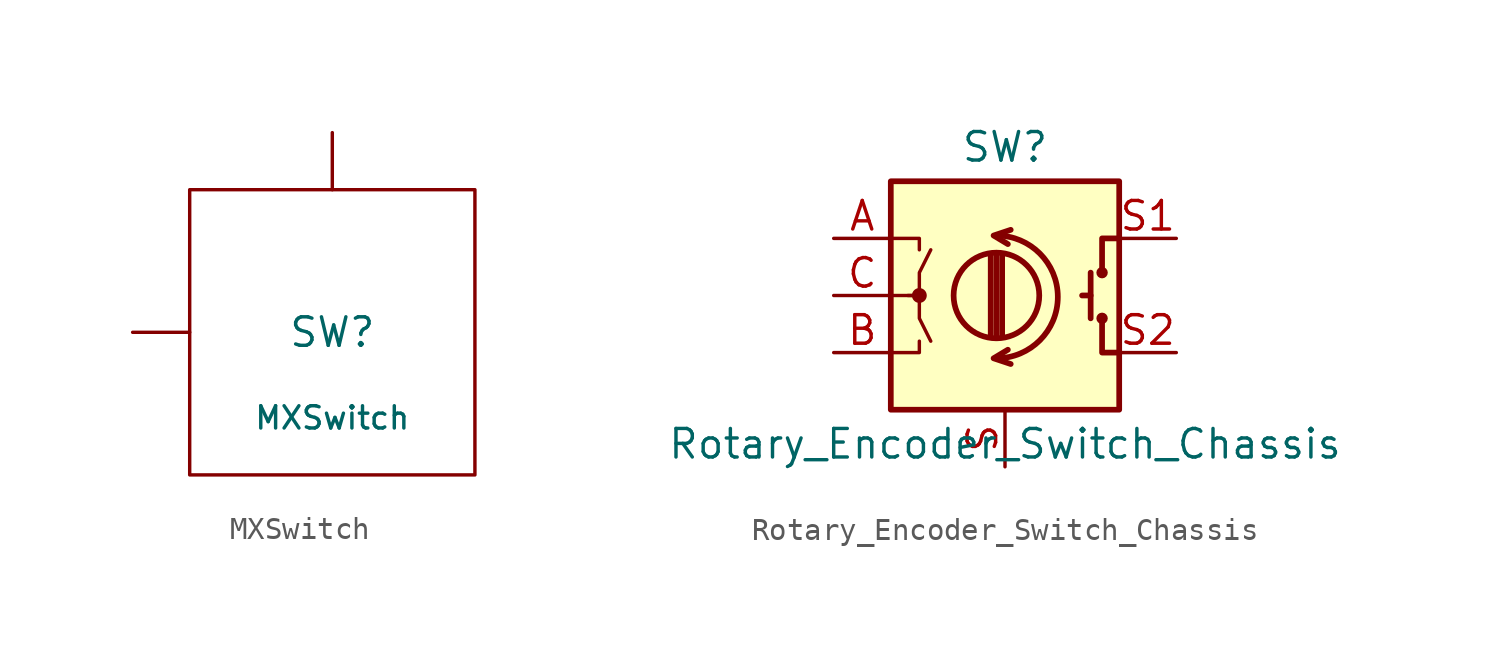
<source format=kicad_sym>
(kicad_symbol_lib
  (version 20211014)
  (generator kicad_symbol_editor)
  (symbol "MXSwitch"
    (pin_names
      (offset 1.016))
    (property "Reference" "SW"
      (at 0 0 0)
      (effects (font (size 1.27 1.27))))
    (property "Value" "MXSwitch"
      (at 0 -3.81 0)
      (effects (font (size 0.991 0.991))))
    (symbol "MXSwitch_0_1"
      (rectangle (start -6.35 6.35) (end 6.35 -6.35) (stroke (width 0) (type default) (color 0 0 0 0)) (fill (type none)))
      (polyline (pts (xy -6.35 0) (xy -8.89 0)) (stroke (width 0) (type default) (color 0 0 0 0)) (fill (type none)))
      (polyline (pts (xy 0 6.35) (xy 0 8.89)) (stroke (width 0) (type default) (color 0 0 0 0)) (fill (type none))))
    (symbol "MXSwitch_1_1"
      (pin passive line (at -8.89 0 0) (length 2.54) hide (name "Col" (effects (font (size 0.508 0.508)))) (number "1" (effects (font (size 0.508 0.508)))))
      (pin passive line (at 0 8.89 270) (length 2.54) hide (name "Row" (effects (font (size 0.508 0.508)))) (number "2" (effects (font (size 0.508 0.508)))))))
  (symbol "Rotary_Encoder_Switch_Chassis"
    (pin_names
      (offset 0.254) hide)
    (property "Reference" "SW"
      (at 0 6.604 0)
      (effects (font (size 1.27 1.27))))
    (property "Value" "Rotary_Encoder_Switch_Chassis"
      (at 0 -6.604 0)
      (effects (font (size 1.27 1.27))))
    (symbol "Rotary_Encoder_Switch_Chassis_0_1"
      (rectangle (start -5.08 5.08) (end 5.08 -5.08) (stroke (width 0.254) (type default) (color 0 0 0 0)) (fill (type background)))
      (circle (center -3.81 0) (radius 0.254) (stroke (width 0) (type default) (color 0 0 0 0)) (fill (type outline)))
      (arc (start -0.381 -2.794) (mid 2.3622 -0.0508) (end -0.381 2.667) (stroke (width 0.254) (type default) (color 0 0 0 0)) (fill (type none)))
      (circle (center -0.381 0) (radius 1.905) (stroke (width 0.254) (type default) (color 0 0 0 0)) (fill (type none)))
      (polyline (pts (xy -0.635 -1.778) (xy -0.635 1.778)) (stroke (width 0.254) (type default) (color 0 0 0 0)) (fill (type none)))
      (polyline (pts (xy -0.381 -1.778) (xy -0.381 1.778)) (stroke (width 0.254) (type default) (color 0 0 0 0)) (fill (type none)))
      (polyline (pts (xy -0.127 1.778) (xy -0.127 -1.778)) (stroke (width 0.254) (type default) (color 0 0 0 0)) (fill (type none)))
      (polyline (pts (xy 3.81 0) (xy 3.429 0)) (stroke (width 0.254) (type default) (color 0 0 0 0)) (fill (type none)))
      (polyline (pts (xy 3.81 1.016) (xy 3.81 -1.016)) (stroke (width 0.254) (type default) (color 0 0 0 0)) (fill (type none)))
      (polyline (pts (xy -5.08 -2.54) (xy -3.81 -2.54) (xy -3.81 -2.032)) (stroke (width 0) (type default) (color 0 0 0 0)) (fill (type none)))
      (polyline (pts (xy -5.08 2.54) (xy -3.81 2.54) (xy -3.81 2.032)) (stroke (width 0) (type default) (color 0 0 0 0)) (fill (type none)))
      (polyline (pts (xy 0.254 -3.048) (xy -0.508 -2.794) (xy 0.127 -2.413)) (stroke (width 0.254) (type default) (color 0 0 0 0)) (fill (type none)))
      (polyline (pts (xy 0.254 2.921) (xy -0.508 2.667) (xy 0.127 2.286)) (stroke (width 0.254) (type default) (color 0 0 0 0)) (fill (type none)))
      (polyline (pts (xy 5.08 -2.54) (xy 4.318 -2.54) (xy 4.318 -1.016)) (stroke (width 0.254) (type default) (color 0 0 0 0)) (fill (type none)))
      (polyline (pts (xy 5.08 2.54) (xy 4.318 2.54) (xy 4.318 1.016)) (stroke (width 0.254) (type default) (color 0 0 0 0)) (fill (type none)))
      (polyline (pts (xy -5.08 0) (xy -3.81 0) (xy -3.81 -1.016) (xy -3.302 -2.032)) (stroke (width 0) (type default) (color 0 0 0 0)) (fill (type none)))
      (polyline (pts (xy -4.318 0) (xy -3.81 0) (xy -3.81 1.016) (xy -3.302 2.032)) (stroke (width 0) (type default) (color 0 0 0 0)) (fill (type none)))
      (circle (center 4.318 -1.016) (radius 0.127) (stroke (width 0.254) (type default) (color 0 0 0 0)) (fill (type none)))
      (circle (center 4.318 1.016) (radius 0.127) (stroke (width 0.254) (type default) (color 0 0 0 0)) (fill (type none))))
    (symbol "Rotary_Encoder_Switch_Chassis_1_1"
      (pin passive line (at -7.62 2.54 0) (length 2.54) (name "A" (effects (font (size 1.27 1.27)))) (number "A" (effects (font (size 1.27 1.27)))))
      (pin passive line (at -7.62 -2.54 0) (length 2.54) (name "B" (effects (font (size 1.27 1.27)))) (number "B" (effects (font (size 1.27 1.27)))))
      (pin passive line (at -7.62 0 0) (length 2.54) (name "C" (effects (font (size 1.27 1.27)))) (number "C" (effects (font (size 1.27 1.27)))))
      (pin bidirectional line (at 0 -7.62 90) (length 2.54) (name "Shield" (effects (font (size 1.27 1.27)))) (number "S" (effects (font (size 1.27 1.27)))))
      (pin passive line (at 7.62 2.54 180) (length 2.54) (name "S1" (effects (font (size 1.27 1.27)))) (number "S1" (effects (font (size 1.27 1.27)))))
      (pin passive line (at 7.62 -2.54 180) (length 2.54) (name "S2" (effects (font (size 1.27 1.27)))) (number "S2" (effects (font (size 1.27 1.27))))))))
</source>
